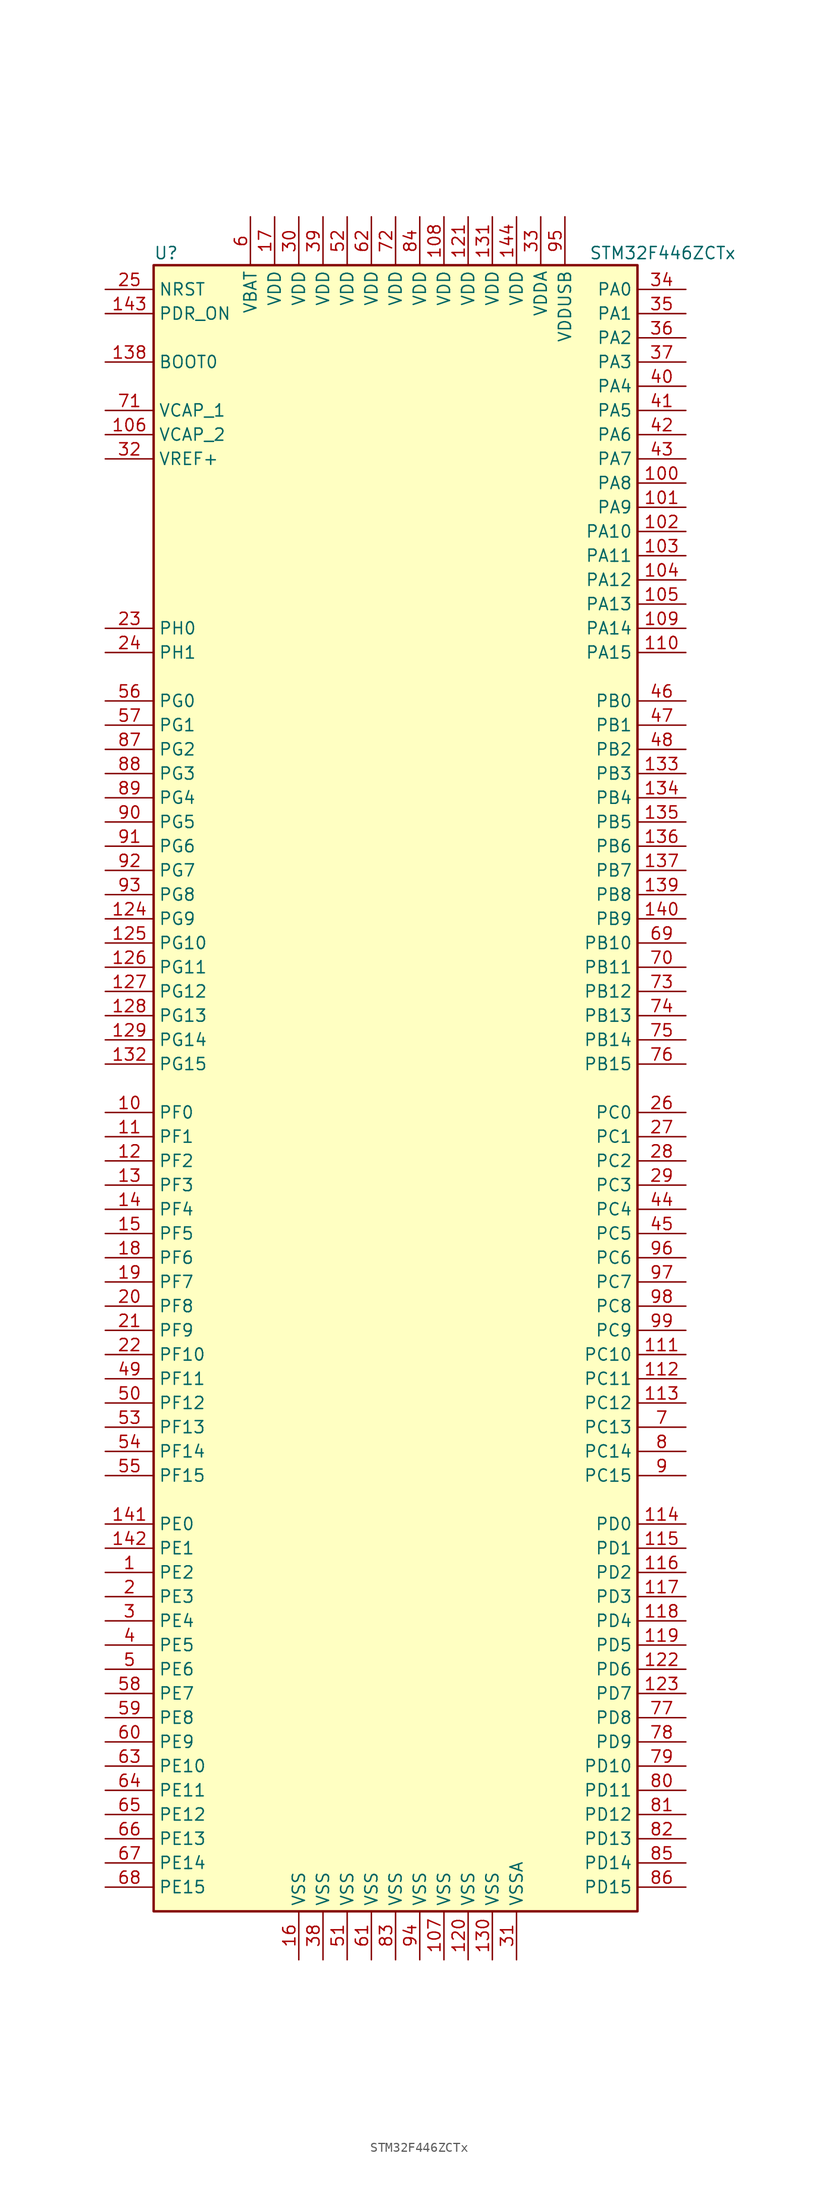
<source format=kicad_sym>
(kicad_symbol_lib
  (version 20201005)
  (generator kicad_symbol_editor)
  (symbol "STM32F446ZCTx"
    (property "Reference" "U"
      (at -25.4 87.63 0)
      (effects (font (size 1.27 1.27)) (justify left)))
    (property "Value" "STM32F446ZCTx"
      (at 20.32 87.63 0)
      (effects (font (size 1.27 1.27)) (justify left)))
    (symbol "STM32F446ZCTx_0_1"
      (rectangle (start -25.4 -86.36) (end 25.4 86.36) (stroke (width 0.254)) (fill (type background))))
    (symbol "STM32F446ZCTx_1_1"
      (pin input line (at -30.48 76.2 0) (length 5.08) (name "BOOT0" (effects (font (size 1.27 1.27)))) (number "138" (effects (font (size 1.27 1.27)))))
      (pin input line (at -30.48 83.82 0) (length 5.08) (name "NRST" (effects (font (size 1.27 1.27)))) (number "25" (effects (font (size 1.27 1.27)))))
      (pin bidirectional line (at 30.48 83.82 180) (length 5.08) (name "PA0" (effects (font (size 1.27 1.27)))) (number "34" (effects (font (size 1.27 1.27)))))
      (pin bidirectional line (at 30.48 81.28 180) (length 5.08) (name "PA1" (effects (font (size 1.27 1.27)))) (number "35" (effects (font (size 1.27 1.27)))))
      (pin bidirectional line (at 30.48 58.42 180) (length 5.08) (name "PA10" (effects (font (size 1.27 1.27)))) (number "102" (effects (font (size 1.27 1.27)))))
      (pin bidirectional line (at 30.48 55.88 180) (length 5.08) (name "PA11" (effects (font (size 1.27 1.27)))) (number "103" (effects (font (size 1.27 1.27)))))
      (pin bidirectional line (at 30.48 53.34 180) (length 5.08) (name "PA12" (effects (font (size 1.27 1.27)))) (number "104" (effects (font (size 1.27 1.27)))))
      (pin bidirectional line (at 30.48 50.8 180) (length 5.08) (name "PA13" (effects (font (size 1.27 1.27)))) (number "105" (effects (font (size 1.27 1.27)))))
      (pin bidirectional line (at 30.48 48.26 180) (length 5.08) (name "PA14" (effects (font (size 1.27 1.27)))) (number "109" (effects (font (size 1.27 1.27)))))
      (pin bidirectional line (at 30.48 45.72 180) (length 5.08) (name "PA15" (effects (font (size 1.27 1.27)))) (number "110" (effects (font (size 1.27 1.27)))))
      (pin bidirectional line (at 30.48 78.74 180) (length 5.08) (name "PA2" (effects (font (size 1.27 1.27)))) (number "36" (effects (font (size 1.27 1.27)))))
      (pin bidirectional line (at 30.48 76.2 180) (length 5.08) (name "PA3" (effects (font (size 1.27 1.27)))) (number "37" (effects (font (size 1.27 1.27)))))
      (pin bidirectional line (at 30.48 73.66 180) (length 5.08) (name "PA4" (effects (font (size 1.27 1.27)))) (number "40" (effects (font (size 1.27 1.27)))))
      (pin bidirectional line (at 30.48 71.12 180) (length 5.08) (name "PA5" (effects (font (size 1.27 1.27)))) (number "41" (effects (font (size 1.27 1.27)))))
      (pin bidirectional line (at 30.48 68.58 180) (length 5.08) (name "PA6" (effects (font (size 1.27 1.27)))) (number "42" (effects (font (size 1.27 1.27)))))
      (pin bidirectional line (at 30.48 66.04 180) (length 5.08) (name "PA7" (effects (font (size 1.27 1.27)))) (number "43" (effects (font (size 1.27 1.27)))))
      (pin bidirectional line (at 30.48 63.5 180) (length 5.08) (name "PA8" (effects (font (size 1.27 1.27)))) (number "100" (effects (font (size 1.27 1.27)))))
      (pin bidirectional line (at 30.48 60.96 180) (length 5.08) (name "PA9" (effects (font (size 1.27 1.27)))) (number "101" (effects (font (size 1.27 1.27)))))
      (pin bidirectional line (at 30.48 40.64 180) (length 5.08) (name "PB0" (effects (font (size 1.27 1.27)))) (number "46" (effects (font (size 1.27 1.27)))))
      (pin bidirectional line (at 30.48 38.1 180) (length 5.08) (name "PB1" (effects (font (size 1.27 1.27)))) (number "47" (effects (font (size 1.27 1.27)))))
      (pin bidirectional line (at 30.48 15.24 180) (length 5.08) (name "PB10" (effects (font (size 1.27 1.27)))) (number "69" (effects (font (size 1.27 1.27)))))
      (pin bidirectional line (at 30.48 12.7 180) (length 5.08) (name "PB11" (effects (font (size 1.27 1.27)))) (number "70" (effects (font (size 1.27 1.27)))))
      (pin bidirectional line (at 30.48 10.16 180) (length 5.08) (name "PB12" (effects (font (size 1.27 1.27)))) (number "73" (effects (font (size 1.27 1.27)))))
      (pin bidirectional line (at 30.48 7.62 180) (length 5.08) (name "PB13" (effects (font (size 1.27 1.27)))) (number "74" (effects (font (size 1.27 1.27)))))
      (pin bidirectional line (at 30.48 5.08 180) (length 5.08) (name "PB14" (effects (font (size 1.27 1.27)))) (number "75" (effects (font (size 1.27 1.27)))))
      (pin bidirectional line (at 30.48 2.54 180) (length 5.08) (name "PB15" (effects (font (size 1.27 1.27)))) (number "76" (effects (font (size 1.27 1.27)))))
      (pin bidirectional line (at 30.48 35.56 180) (length 5.08) (name "PB2" (effects (font (size 1.27 1.27)))) (number "48" (effects (font (size 1.27 1.27)))))
      (pin bidirectional line (at 30.48 33.02 180) (length 5.08) (name "PB3" (effects (font (size 1.27 1.27)))) (number "133" (effects (font (size 1.27 1.27)))))
      (pin bidirectional line (at 30.48 30.48 180) (length 5.08) (name "PB4" (effects (font (size 1.27 1.27)))) (number "134" (effects (font (size 1.27 1.27)))))
      (pin bidirectional line (at 30.48 27.94 180) (length 5.08) (name "PB5" (effects (font (size 1.27 1.27)))) (number "135" (effects (font (size 1.27 1.27)))))
      (pin bidirectional line (at 30.48 25.4 180) (length 5.08) (name "PB6" (effects (font (size 1.27 1.27)))) (number "136" (effects (font (size 1.27 1.27)))))
      (pin bidirectional line (at 30.48 22.86 180) (length 5.08) (name "PB7" (effects (font (size 1.27 1.27)))) (number "137" (effects (font (size 1.27 1.27)))))
      (pin bidirectional line (at 30.48 20.32 180) (length 5.08) (name "PB8" (effects (font (size 1.27 1.27)))) (number "139" (effects (font (size 1.27 1.27)))))
      (pin bidirectional line (at 30.48 17.78 180) (length 5.08) (name "PB9" (effects (font (size 1.27 1.27)))) (number "140" (effects (font (size 1.27 1.27)))))
      (pin bidirectional line (at 30.48 -2.54 180) (length 5.08) (name "PC0" (effects (font (size 1.27 1.27)))) (number "26" (effects (font (size 1.27 1.27)))))
      (pin bidirectional line (at 30.48 -5.08 180) (length 5.08) (name "PC1" (effects (font (size 1.27 1.27)))) (number "27" (effects (font (size 1.27 1.27)))))
      (pin bidirectional line (at 30.48 -27.94 180) (length 5.08) (name "PC10" (effects (font (size 1.27 1.27)))) (number "111" (effects (font (size 1.27 1.27)))))
      (pin bidirectional line (at 30.48 -30.48 180) (length 5.08) (name "PC11" (effects (font (size 1.27 1.27)))) (number "112" (effects (font (size 1.27 1.27)))))
      (pin bidirectional line (at 30.48 -33.02 180) (length 5.08) (name "PC12" (effects (font (size 1.27 1.27)))) (number "113" (effects (font (size 1.27 1.27)))))
      (pin bidirectional line (at 30.48 -35.56 180) (length 5.08) (name "PC13" (effects (font (size 1.27 1.27)))) (number "7" (effects (font (size 1.27 1.27)))))
      (pin bidirectional line (at 30.48 -38.1 180) (length 5.08) (name "PC14" (effects (font (size 1.27 1.27)))) (number "8" (effects (font (size 1.27 1.27)))))
      (pin bidirectional line (at 30.48 -40.64 180) (length 5.08) (name "PC15" (effects (font (size 1.27 1.27)))) (number "9" (effects (font (size 1.27 1.27)))))
      (pin bidirectional line (at 30.48 -7.62 180) (length 5.08) (name "PC2" (effects (font (size 1.27 1.27)))) (number "28" (effects (font (size 1.27 1.27)))))
      (pin bidirectional line (at 30.48 -10.16 180) (length 5.08) (name "PC3" (effects (font (size 1.27 1.27)))) (number "29" (effects (font (size 1.27 1.27)))))
      (pin bidirectional line (at 30.48 -12.7 180) (length 5.08) (name "PC4" (effects (font (size 1.27 1.27)))) (number "44" (effects (font (size 1.27 1.27)))))
      (pin bidirectional line (at 30.48 -15.24 180) (length 5.08) (name "PC5" (effects (font (size 1.27 1.27)))) (number "45" (effects (font (size 1.27 1.27)))))
      (pin bidirectional line (at 30.48 -17.78 180) (length 5.08) (name "PC6" (effects (font (size 1.27 1.27)))) (number "96" (effects (font (size 1.27 1.27)))))
      (pin bidirectional line (at 30.48 -20.32 180) (length 5.08) (name "PC7" (effects (font (size 1.27 1.27)))) (number "97" (effects (font (size 1.27 1.27)))))
      (pin bidirectional line (at 30.48 -22.86 180) (length 5.08) (name "PC8" (effects (font (size 1.27 1.27)))) (number "98" (effects (font (size 1.27 1.27)))))
      (pin bidirectional line (at 30.48 -25.4 180) (length 5.08) (name "PC9" (effects (font (size 1.27 1.27)))) (number "99" (effects (font (size 1.27 1.27)))))
      (pin bidirectional line (at 30.48 -45.72 180) (length 5.08) (name "PD0" (effects (font (size 1.27 1.27)))) (number "114" (effects (font (size 1.27 1.27)))))
      (pin bidirectional line (at 30.48 -48.26 180) (length 5.08) (name "PD1" (effects (font (size 1.27 1.27)))) (number "115" (effects (font (size 1.27 1.27)))))
      (pin bidirectional line (at 30.48 -71.12 180) (length 5.08) (name "PD10" (effects (font (size 1.27 1.27)))) (number "79" (effects (font (size 1.27 1.27)))))
      (pin bidirectional line (at 30.48 -73.66 180) (length 5.08) (name "PD11" (effects (font (size 1.27 1.27)))) (number "80" (effects (font (size 1.27 1.27)))))
      (pin bidirectional line (at 30.48 -76.2 180) (length 5.08) (name "PD12" (effects (font (size 1.27 1.27)))) (number "81" (effects (font (size 1.27 1.27)))))
      (pin bidirectional line (at 30.48 -78.74 180) (length 5.08) (name "PD13" (effects (font (size 1.27 1.27)))) (number "82" (effects (font (size 1.27 1.27)))))
      (pin bidirectional line (at 30.48 -81.28 180) (length 5.08) (name "PD14" (effects (font (size 1.27 1.27)))) (number "85" (effects (font (size 1.27 1.27)))))
      (pin bidirectional line (at 30.48 -83.82 180) (length 5.08) (name "PD15" (effects (font (size 1.27 1.27)))) (number "86" (effects (font (size 1.27 1.27)))))
      (pin bidirectional line (at 30.48 -50.8 180) (length 5.08) (name "PD2" (effects (font (size 1.27 1.27)))) (number "116" (effects (font (size 1.27 1.27)))))
      (pin bidirectional line (at 30.48 -53.34 180) (length 5.08) (name "PD3" (effects (font (size 1.27 1.27)))) (number "117" (effects (font (size 1.27 1.27)))))
      (pin bidirectional line (at 30.48 -55.88 180) (length 5.08) (name "PD4" (effects (font (size 1.27 1.27)))) (number "118" (effects (font (size 1.27 1.27)))))
      (pin bidirectional line (at 30.48 -58.42 180) (length 5.08) (name "PD5" (effects (font (size 1.27 1.27)))) (number "119" (effects (font (size 1.27 1.27)))))
      (pin bidirectional line (at 30.48 -60.96 180) (length 5.08) (name "PD6" (effects (font (size 1.27 1.27)))) (number "122" (effects (font (size 1.27 1.27)))))
      (pin bidirectional line (at 30.48 -63.5 180) (length 5.08) (name "PD7" (effects (font (size 1.27 1.27)))) (number "123" (effects (font (size 1.27 1.27)))))
      (pin bidirectional line (at 30.48 -66.04 180) (length 5.08) (name "PD8" (effects (font (size 1.27 1.27)))) (number "77" (effects (font (size 1.27 1.27)))))
      (pin bidirectional line (at 30.48 -68.58 180) (length 5.08) (name "PD9" (effects (font (size 1.27 1.27)))) (number "78" (effects (font (size 1.27 1.27)))))
      (pin input line (at -30.48 81.28 0) (length 5.08) (name "PDR_ON" (effects (font (size 1.27 1.27)))) (number "143" (effects (font (size 1.27 1.27)))))
      (pin bidirectional line (at -30.48 -45.72 0) (length 5.08) (name "PE0" (effects (font (size 1.27 1.27)))) (number "141" (effects (font (size 1.27 1.27)))))
      (pin bidirectional line (at -30.48 -48.26 0) (length 5.08) (name "PE1" (effects (font (size 1.27 1.27)))) (number "142" (effects (font (size 1.27 1.27)))))
      (pin bidirectional line (at -30.48 -71.12 0) (length 5.08) (name "PE10" (effects (font (size 1.27 1.27)))) (number "63" (effects (font (size 1.27 1.27)))))
      (pin bidirectional line (at -30.48 -73.66 0) (length 5.08) (name "PE11" (effects (font (size 1.27 1.27)))) (number "64" (effects (font (size 1.27 1.27)))))
      (pin bidirectional line (at -30.48 -76.2 0) (length 5.08) (name "PE12" (effects (font (size 1.27 1.27)))) (number "65" (effects (font (size 1.27 1.27)))))
      (pin bidirectional line (at -30.48 -78.74 0) (length 5.08) (name "PE13" (effects (font (size 1.27 1.27)))) (number "66" (effects (font (size 1.27 1.27)))))
      (pin bidirectional line (at -30.48 -81.28 0) (length 5.08) (name "PE14" (effects (font (size 1.27 1.27)))) (number "67" (effects (font (size 1.27 1.27)))))
      (pin bidirectional line (at -30.48 -83.82 0) (length 5.08) (name "PE15" (effects (font (size 1.27 1.27)))) (number "68" (effects (font (size 1.27 1.27)))))
      (pin bidirectional line (at -30.48 -50.8 0) (length 5.08) (name "PE2" (effects (font (size 1.27 1.27)))) (number "1" (effects (font (size 1.27 1.27)))))
      (pin bidirectional line (at -30.48 -53.34 0) (length 5.08) (name "PE3" (effects (font (size 1.27 1.27)))) (number "2" (effects (font (size 1.27 1.27)))))
      (pin bidirectional line (at -30.48 -55.88 0) (length 5.08) (name "PE4" (effects (font (size 1.27 1.27)))) (number "3" (effects (font (size 1.27 1.27)))))
      (pin bidirectional line (at -30.48 -58.42 0) (length 5.08) (name "PE5" (effects (font (size 1.27 1.27)))) (number "4" (effects (font (size 1.27 1.27)))))
      (pin bidirectional line (at -30.48 -60.96 0) (length 5.08) (name "PE6" (effects (font (size 1.27 1.27)))) (number "5" (effects (font (size 1.27 1.27)))))
      (pin bidirectional line (at -30.48 -63.5 0) (length 5.08) (name "PE7" (effects (font (size 1.27 1.27)))) (number "58" (effects (font (size 1.27 1.27)))))
      (pin bidirectional line (at -30.48 -66.04 0) (length 5.08) (name "PE8" (effects (font (size 1.27 1.27)))) (number "59" (effects (font (size 1.27 1.27)))))
      (pin bidirectional line (at -30.48 -68.58 0) (length 5.08) (name "PE9" (effects (font (size 1.27 1.27)))) (number "60" (effects (font (size 1.27 1.27)))))
      (pin bidirectional line (at -30.48 -2.54 0) (length 5.08) (name "PF0" (effects (font (size 1.27 1.27)))) (number "10" (effects (font (size 1.27 1.27)))))
      (pin bidirectional line (at -30.48 -5.08 0) (length 5.08) (name "PF1" (effects (font (size 1.27 1.27)))) (number "11" (effects (font (size 1.27 1.27)))))
      (pin bidirectional line (at -30.48 -27.94 0) (length 5.08) (name "PF10" (effects (font (size 1.27 1.27)))) (number "22" (effects (font (size 1.27 1.27)))))
      (pin bidirectional line (at -30.48 -30.48 0) (length 5.08) (name "PF11" (effects (font (size 1.27 1.27)))) (number "49" (effects (font (size 1.27 1.27)))))
      (pin bidirectional line (at -30.48 -33.02 0) (length 5.08) (name "PF12" (effects (font (size 1.27 1.27)))) (number "50" (effects (font (size 1.27 1.27)))))
      (pin bidirectional line (at -30.48 -35.56 0) (length 5.08) (name "PF13" (effects (font (size 1.27 1.27)))) (number "53" (effects (font (size 1.27 1.27)))))
      (pin bidirectional line (at -30.48 -38.1 0) (length 5.08) (name "PF14" (effects (font (size 1.27 1.27)))) (number "54" (effects (font (size 1.27 1.27)))))
      (pin bidirectional line (at -30.48 -40.64 0) (length 5.08) (name "PF15" (effects (font (size 1.27 1.27)))) (number "55" (effects (font (size 1.27 1.27)))))
      (pin bidirectional line (at -30.48 -7.62 0) (length 5.08) (name "PF2" (effects (font (size 1.27 1.27)))) (number "12" (effects (font (size 1.27 1.27)))))
      (pin bidirectional line (at -30.48 -10.16 0) (length 5.08) (name "PF3" (effects (font (size 1.27 1.27)))) (number "13" (effects (font (size 1.27 1.27)))))
      (pin bidirectional line (at -30.48 -12.7 0) (length 5.08) (name "PF4" (effects (font (size 1.27 1.27)))) (number "14" (effects (font (size 1.27 1.27)))))
      (pin bidirectional line (at -30.48 -15.24 0) (length 5.08) (name "PF5" (effects (font (size 1.27 1.27)))) (number "15" (effects (font (size 1.27 1.27)))))
      (pin bidirectional line (at -30.48 -17.78 0) (length 5.08) (name "PF6" (effects (font (size 1.27 1.27)))) (number "18" (effects (font (size 1.27 1.27)))))
      (pin bidirectional line (at -30.48 -20.32 0) (length 5.08) (name "PF7" (effects (font (size 1.27 1.27)))) (number "19" (effects (font (size 1.27 1.27)))))
      (pin bidirectional line (at -30.48 -22.86 0) (length 5.08) (name "PF8" (effects (font (size 1.27 1.27)))) (number "20" (effects (font (size 1.27 1.27)))))
      (pin bidirectional line (at -30.48 -25.4 0) (length 5.08) (name "PF9" (effects (font (size 1.27 1.27)))) (number "21" (effects (font (size 1.27 1.27)))))
      (pin bidirectional line (at -30.48 40.64 0) (length 5.08) (name "PG0" (effects (font (size 1.27 1.27)))) (number "56" (effects (font (size 1.27 1.27)))))
      (pin bidirectional line (at -30.48 38.1 0) (length 5.08) (name "PG1" (effects (font (size 1.27 1.27)))) (number "57" (effects (font (size 1.27 1.27)))))
      (pin bidirectional line (at -30.48 15.24 0) (length 5.08) (name "PG10" (effects (font (size 1.27 1.27)))) (number "125" (effects (font (size 1.27 1.27)))))
      (pin bidirectional line (at -30.48 12.7 0) (length 5.08) (name "PG11" (effects (font (size 1.27 1.27)))) (number "126" (effects (font (size 1.27 1.27)))))
      (pin bidirectional line (at -30.48 10.16 0) (length 5.08) (name "PG12" (effects (font (size 1.27 1.27)))) (number "127" (effects (font (size 1.27 1.27)))))
      (pin bidirectional line (at -30.48 7.62 0) (length 5.08) (name "PG13" (effects (font (size 1.27 1.27)))) (number "128" (effects (font (size 1.27 1.27)))))
      (pin bidirectional line (at -30.48 5.08 0) (length 5.08) (name "PG14" (effects (font (size 1.27 1.27)))) (number "129" (effects (font (size 1.27 1.27)))))
      (pin bidirectional line (at -30.48 2.54 0) (length 5.08) (name "PG15" (effects (font (size 1.27 1.27)))) (number "132" (effects (font (size 1.27 1.27)))))
      (pin bidirectional line (at -30.48 35.56 0) (length 5.08) (name "PG2" (effects (font (size 1.27 1.27)))) (number "87" (effects (font (size 1.27 1.27)))))
      (pin bidirectional line (at -30.48 33.02 0) (length 5.08) (name "PG3" (effects (font (size 1.27 1.27)))) (number "88" (effects (font (size 1.27 1.27)))))
      (pin bidirectional line (at -30.48 30.48 0) (length 5.08) (name "PG4" (effects (font (size 1.27 1.27)))) (number "89" (effects (font (size 1.27 1.27)))))
      (pin bidirectional line (at -30.48 27.94 0) (length 5.08) (name "PG5" (effects (font (size 1.27 1.27)))) (number "90" (effects (font (size 1.27 1.27)))))
      (pin bidirectional line (at -30.48 25.4 0) (length 5.08) (name "PG6" (effects (font (size 1.27 1.27)))) (number "91" (effects (font (size 1.27 1.27)))))
      (pin bidirectional line (at -30.48 22.86 0) (length 5.08) (name "PG7" (effects (font (size 1.27 1.27)))) (number "92" (effects (font (size 1.27 1.27)))))
      (pin bidirectional line (at -30.48 20.32 0) (length 5.08) (name "PG8" (effects (font (size 1.27 1.27)))) (number "93" (effects (font (size 1.27 1.27)))))
      (pin bidirectional line (at -30.48 17.78 0) (length 5.08) (name "PG9" (effects (font (size 1.27 1.27)))) (number "124" (effects (font (size 1.27 1.27)))))
      (pin input line (at -30.48 48.26 0) (length 5.08) (name "PH0" (effects (font (size 1.27 1.27)))) (number "23" (effects (font (size 1.27 1.27)))))
      (pin input line (at -30.48 45.72 0) (length 5.08) (name "PH1" (effects (font (size 1.27 1.27)))) (number "24" (effects (font (size 1.27 1.27)))))
      (pin power_in line (at -15.24 91.44 270) (length 5.08) (name "VBAT" (effects (font (size 1.27 1.27)))) (number "6" (effects (font (size 1.27 1.27)))))
      (pin power_in line (at -30.48 71.12 0) (length 5.08) (name "VCAP_1" (effects (font (size 1.27 1.27)))) (number "71" (effects (font (size 1.27 1.27)))))
      (pin power_in line (at -30.48 68.58 0) (length 5.08) (name "VCAP_2" (effects (font (size 1.27 1.27)))) (number "106" (effects (font (size 1.27 1.27)))))
      (pin power_in line (at 5.08 91.44 270) (length 5.08) (name "VDD" (effects (font (size 1.27 1.27)))) (number "108" (effects (font (size 1.27 1.27)))))
      (pin power_in line (at 7.62 91.44 270) (length 5.08) (name "VDD" (effects (font (size 1.27 1.27)))) (number "121" (effects (font (size 1.27 1.27)))))
      (pin power_in line (at 10.16 91.44 270) (length 5.08) (name "VDD" (effects (font (size 1.27 1.27)))) (number "131" (effects (font (size 1.27 1.27)))))
      (pin power_in line (at 12.7 91.44 270) (length 5.08) (name "VDD" (effects (font (size 1.27 1.27)))) (number "144" (effects (font (size 1.27 1.27)))))
      (pin power_in line (at -12.7 91.44 270) (length 5.08) (name "VDD" (effects (font (size 1.27 1.27)))) (number "17" (effects (font (size 1.27 1.27)))))
      (pin power_in line (at -10.16 91.44 270) (length 5.08) (name "VDD" (effects (font (size 1.27 1.27)))) (number "30" (effects (font (size 1.27 1.27)))))
      (pin power_in line (at -7.62 91.44 270) (length 5.08) (name "VDD" (effects (font (size 1.27 1.27)))) (number "39" (effects (font (size 1.27 1.27)))))
      (pin power_in line (at -5.08 91.44 270) (length 5.08) (name "VDD" (effects (font (size 1.27 1.27)))) (number "52" (effects (font (size 1.27 1.27)))))
      (pin power_in line (at -2.54 91.44 270) (length 5.08) (name "VDD" (effects (font (size 1.27 1.27)))) (number "62" (effects (font (size 1.27 1.27)))))
      (pin power_in line (at 0 91.44 270) (length 5.08) (name "VDD" (effects (font (size 1.27 1.27)))) (number "72" (effects (font (size 1.27 1.27)))))
      (pin power_in line (at 2.54 91.44 270) (length 5.08) (name "VDD" (effects (font (size 1.27 1.27)))) (number "84" (effects (font (size 1.27 1.27)))))
      (pin power_in line (at 15.24 91.44 270) (length 5.08) (name "VDDA" (effects (font (size 1.27 1.27)))) (number "33" (effects (font (size 1.27 1.27)))))
      (pin power_in line (at 17.78 91.44 270) (length 5.08) (name "VDDUSB" (effects (font (size 1.27 1.27)))) (number "95" (effects (font (size 1.27 1.27)))))
      (pin power_in line (at -30.48 66.04 0) (length 5.08) (name "VREF+" (effects (font (size 1.27 1.27)))) (number "32" (effects (font (size 1.27 1.27)))))
      (pin power_in line (at 5.08 -91.44 90) (length 5.08) (name "VSS" (effects (font (size 1.27 1.27)))) (number "107" (effects (font (size 1.27 1.27)))))
      (pin power_in line (at 7.62 -91.44 90) (length 5.08) (name "VSS" (effects (font (size 1.27 1.27)))) (number "120" (effects (font (size 1.27 1.27)))))
      (pin power_in line (at 10.16 -91.44 90) (length 5.08) (name "VSS" (effects (font (size 1.27 1.27)))) (number "130" (effects (font (size 1.27 1.27)))))
      (pin power_in line (at -10.16 -91.44 90) (length 5.08) (name "VSS" (effects (font (size 1.27 1.27)))) (number "16" (effects (font (size 1.27 1.27)))))
      (pin power_in line (at -7.62 -91.44 90) (length 5.08) (name "VSS" (effects (font (size 1.27 1.27)))) (number "38" (effects (font (size 1.27 1.27)))))
      (pin power_in line (at -5.08 -91.44 90) (length 5.08) (name "VSS" (effects (font (size 1.27 1.27)))) (number "51" (effects (font (size 1.27 1.27)))))
      (pin power_in line (at -2.54 -91.44 90) (length 5.08) (name "VSS" (effects (font (size 1.27 1.27)))) (number "61" (effects (font (size 1.27 1.27)))))
      (pin power_in line (at 0 -91.44 90) (length 5.08) (name "VSS" (effects (font (size 1.27 1.27)))) (number "83" (effects (font (size 1.27 1.27)))))
      (pin power_in line (at 2.54 -91.44 90) (length 5.08) (name "VSS" (effects (font (size 1.27 1.27)))) (number "94" (effects (font (size 1.27 1.27)))))
      (pin power_in line (at 12.7 -91.44 90) (length 5.08) (name "VSSA" (effects (font (size 1.27 1.27)))) (number "31" (effects (font (size 1.27 1.27))))))))
</source>
